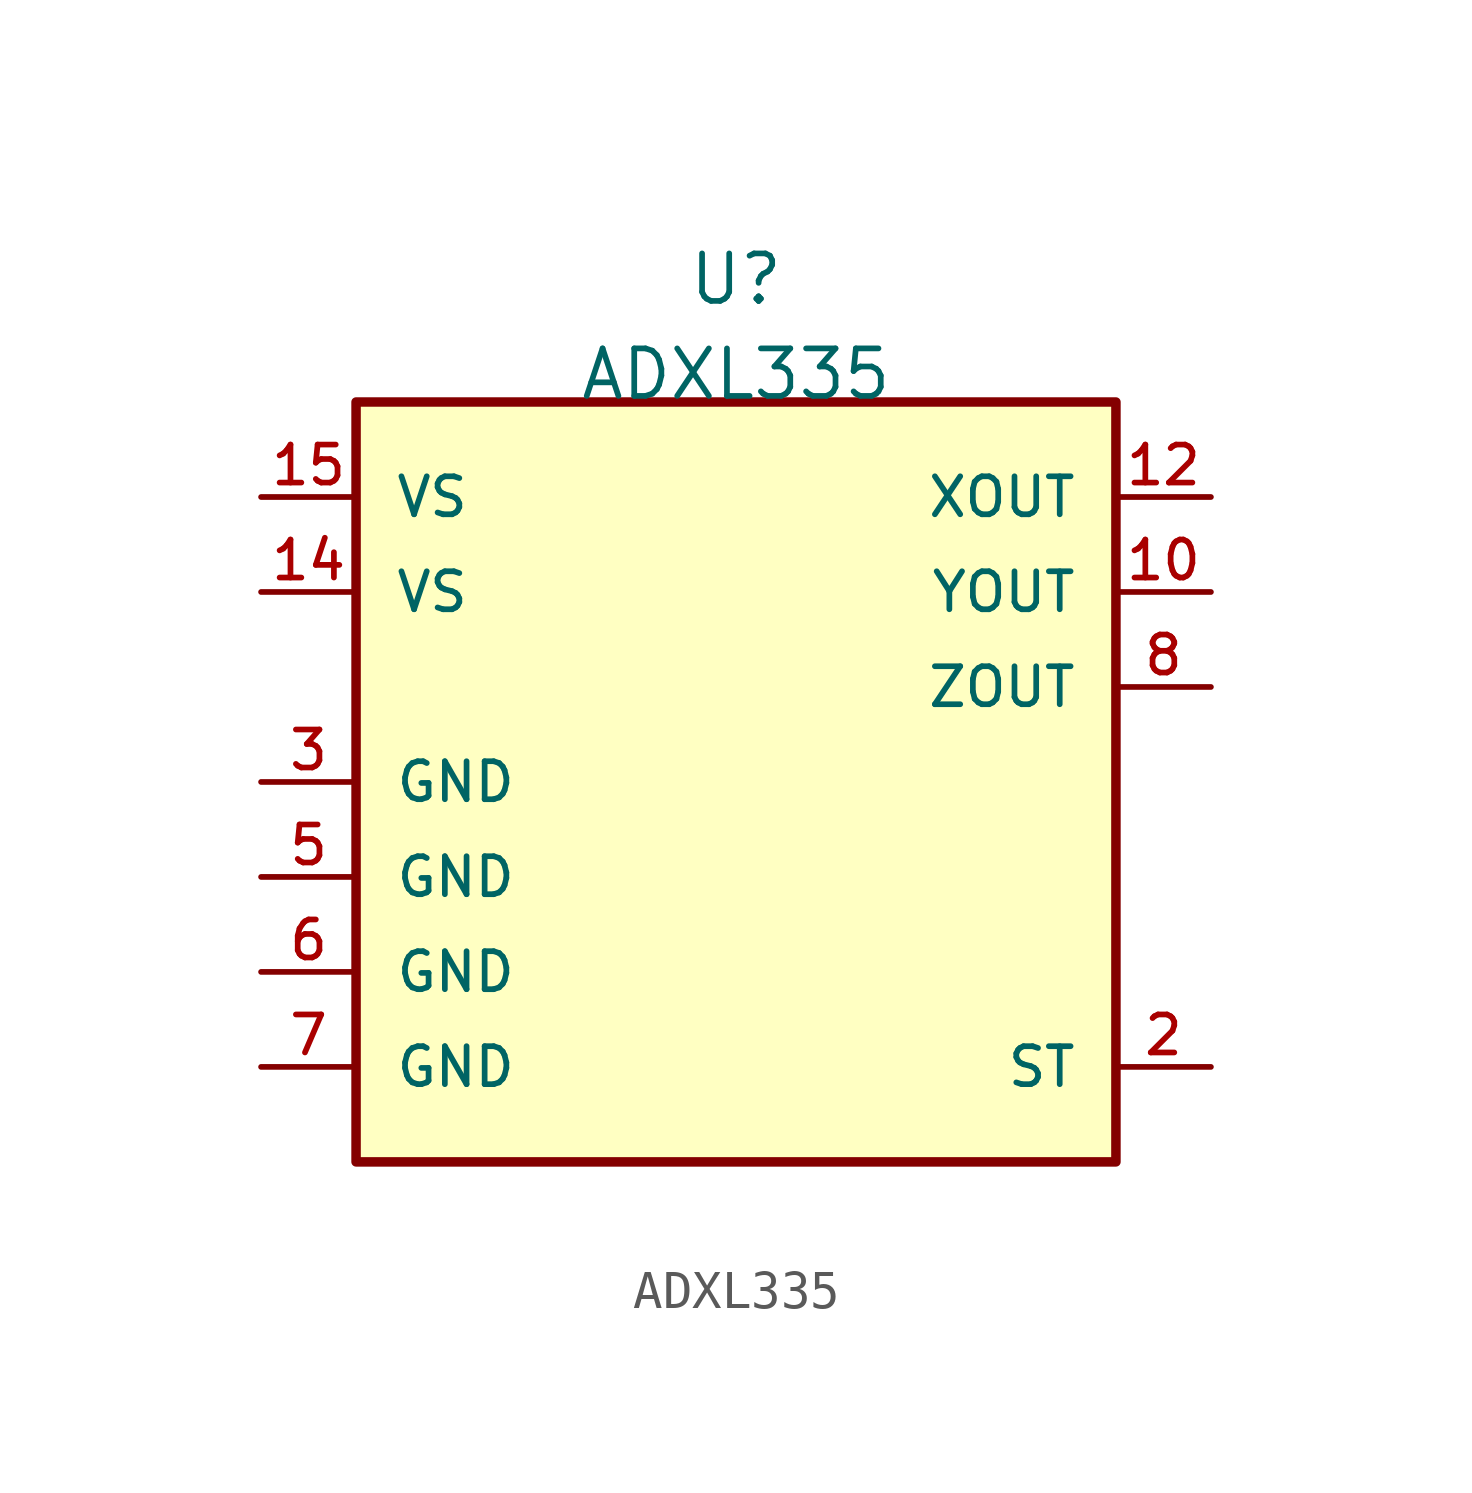
<source format=kicad_sym>
(kicad_symbol_lib
  (version 20210619)
  (generator kicad_symbol_editor)
  (symbol "ADXL335:ADXL335"
    (pin_names
      (offset 1.016))
    (property "Reference" "U"
      (at 0 12.7 0)
      (effects (font (size 1.27 1.27)) (justify bottom)))
    (property "Value" "ADXL335"
      (at 0 10.16 0)
      (effects (font (size 1.27 1.27)) (justify bottom)))
    (property "ki_locked" ""
      (at 0 0 0)
      (effects (font (size 1.27 1.27))))
    (symbol "ADXL335_0_0"
      (rectangle (start -10.16 -10.16) (end 10.16 10.16) (stroke (width 0.254)) (fill (type background)))
      (pin bidirectional line (at 12.7 5.08 180) (length 2.54) (name "YOUT" (effects (font (size 1.016 1.016)))) (number "10" (effects (font (size 1.016 1.016)))))
      (pin bidirectional line (at 12.7 7.62 180) (length 2.54) (name "XOUT" (effects (font (size 1.016 1.016)))) (number "12" (effects (font (size 1.016 1.016)))))
      (pin bidirectional line (at -12.7 5.08 0) (length 2.54) (name "VS" (effects (font (size 1.016 1.016)))) (number "14" (effects (font (size 1.016 1.016)))))
      (pin bidirectional line (at -12.7 7.62 0) (length 2.54) (name "VS" (effects (font (size 1.016 1.016)))) (number "15" (effects (font (size 1.016 1.016)))))
      (pin bidirectional line (at 12.7 -7.62 180) (length 2.54) (name "ST" (effects (font (size 1.016 1.016)))) (number "2" (effects (font (size 1.016 1.016)))))
      (pin bidirectional line (at -12.7 0 0) (length 2.54) (name "GND" (effects (font (size 1.016 1.016)))) (number "3" (effects (font (size 1.016 1.016)))))
      (pin bidirectional line (at -12.7 -2.54 0) (length 2.54) (name "GND" (effects (font (size 1.016 1.016)))) (number "5" (effects (font (size 1.016 1.016)))))
      (pin bidirectional line (at -12.7 -5.08 0) (length 2.54) (name "GND" (effects (font (size 1.016 1.016)))) (number "6" (effects (font (size 1.016 1.016)))))
      (pin bidirectional line (at -12.7 -7.62 0) (length 2.54) (name "GND" (effects (font (size 1.016 1.016)))) (number "7" (effects (font (size 1.016 1.016)))))
      (pin bidirectional line (at 12.7 2.54 180) (length 2.54) (name "ZOUT" (effects (font (size 1.016 1.016)))) (number "8" (effects (font (size 1.016 1.016))))))))
</source>
